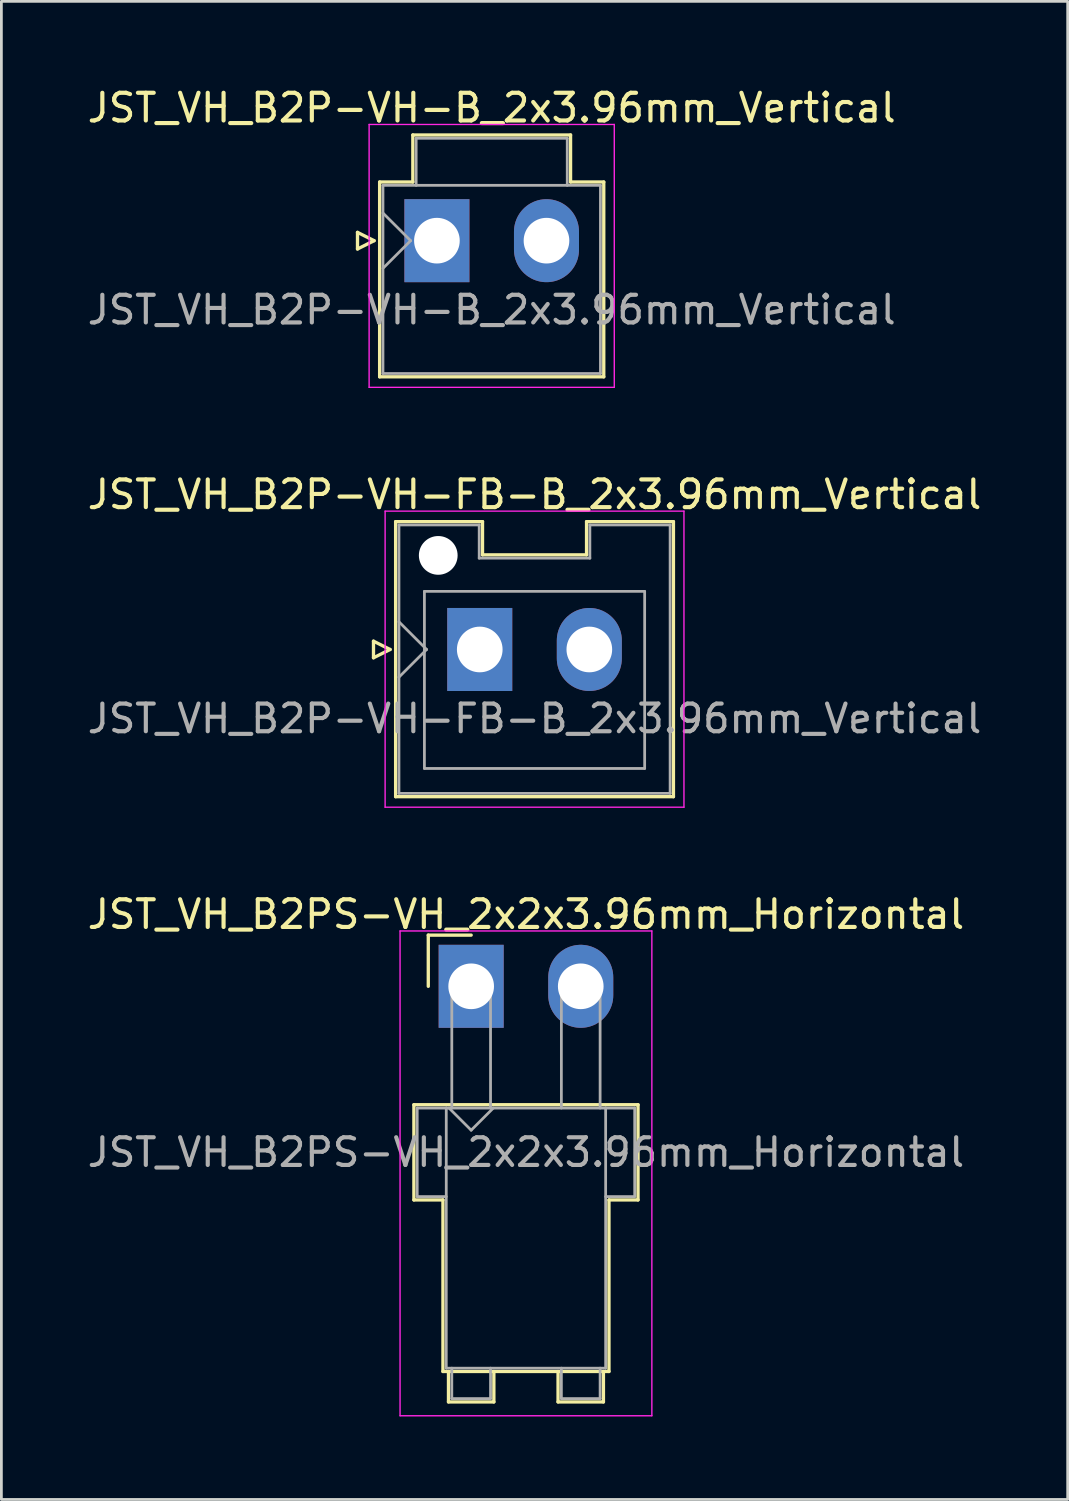
<source format=kicad_pcb>
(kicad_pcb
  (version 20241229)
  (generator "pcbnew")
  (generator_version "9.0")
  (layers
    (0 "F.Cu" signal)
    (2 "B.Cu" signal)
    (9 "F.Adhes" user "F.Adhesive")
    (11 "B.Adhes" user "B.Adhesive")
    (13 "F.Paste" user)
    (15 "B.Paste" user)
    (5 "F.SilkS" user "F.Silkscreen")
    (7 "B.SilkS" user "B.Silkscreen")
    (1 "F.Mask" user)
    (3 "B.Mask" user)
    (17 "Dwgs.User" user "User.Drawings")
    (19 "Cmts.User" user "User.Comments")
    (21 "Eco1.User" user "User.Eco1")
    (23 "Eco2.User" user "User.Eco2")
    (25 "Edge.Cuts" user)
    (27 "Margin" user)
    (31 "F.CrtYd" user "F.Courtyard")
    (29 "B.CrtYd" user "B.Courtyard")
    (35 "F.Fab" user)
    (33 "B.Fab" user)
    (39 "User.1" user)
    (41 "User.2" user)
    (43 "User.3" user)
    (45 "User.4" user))
  (footprint "JST_VH_B2P-VH-B_2x3.96mm_Vertical"
    (layer "F.Cu")
    (at 12.74 5.648)
    (property "Reference" "JST_VH_B2P-VH-B_2x3.96mm_Vertical" (at 1.98 -4.8 0) (layer "F.SilkS") (effects (font (size 1 1) (thickness 0.15))))
    (attr through_hole)
    (fp_line (start -2.87 -0.3) (end -2.27 0) (stroke (width 0.12) (type solid)) (layer "F.SilkS"))
    (fp_line (start -2.87 0.3) (end -2.87 -0.3) (stroke (width 0.12) (type solid)) (layer "F.SilkS"))
    (fp_line (start -2.27 0) (end -2.87 0.3) (stroke (width 0.12) (type solid)) (layer "F.SilkS"))
    (fp_line (start -2.07 -2.12) (end -0.87 -2.12) (stroke (width 0.12) (type solid)) (layer "F.SilkS"))
    (fp_line (start -2.07 4.92) (end -2.07 -2.12) (stroke (width 0.12) (type solid)) (layer "F.SilkS"))
    (fp_line (start -0.87 -3.82) (end 4.83 -3.82) (stroke (width 0.12) (type solid)) (layer "F.SilkS"))
    (fp_line (start -0.87 -2.12) (end -0.87 -3.82) (stroke (width 0.12) (type solid)) (layer "F.SilkS"))
    (fp_line (start 4.83 -3.82) (end 4.83 -2.12) (stroke (width 0.12) (type solid)) (layer "F.SilkS"))
    (fp_line (start 4.83 -2.12) (end 6.03 -2.12) (stroke (width 0.12) (type solid)) (layer "F.SilkS"))
    (fp_line (start 6.03 -2.12) (end 6.03 4.92) (stroke (width 0.12) (type solid)) (layer "F.SilkS"))
    (fp_line (start 6.03 4.92) (end -2.07 4.92) (stroke (width 0.12) (type solid)) (layer "F.SilkS"))
    (fp_line (start -2.45 -4.2) (end -2.45 5.3) (stroke (width 0.05) (type solid)) (layer "F.CrtYd"))
    (fp_line (start -2.45 5.3) (end 6.41 5.3) (stroke (width 0.05) (type solid)) (layer "F.CrtYd"))
    (fp_line (start 6.41 -4.2) (end -2.45 -4.2) (stroke (width 0.05) (type solid)) (layer "F.CrtYd"))
    (fp_line (start 6.41 5.3) (end 6.41 -4.2) (stroke (width 0.05) (type solid)) (layer "F.CrtYd"))
    (fp_line (start -1.95 -2) (end -1.95 4.8) (stroke (width 0.1) (type solid)) (layer "F.Fab"))
    (fp_line (start -1.95 -1) (end -0.95 0) (stroke (width 0.1) (type solid)) (layer "F.Fab"))
    (fp_line (start -1.95 1) (end -0.95 0) (stroke (width 0.1) (type solid)) (layer "F.Fab"))
    (fp_line (start -1.95 4.8) (end 5.91 4.8) (stroke (width 0.1) (type solid)) (layer "F.Fab"))
    (fp_line (start -0.75 -3.7) (end 4.71 -3.7) (stroke (width 0.1) (type solid)) (layer "F.Fab"))
    (fp_line (start -0.75 -2) (end -0.75 -3.7) (stroke (width 0.1) (type solid)) (layer "F.Fab"))
    (fp_line (start 4.71 -3.7) (end 4.71 -2) (stroke (width 0.1) (type solid)) (layer "F.Fab"))
    (fp_line (start 5.91 -2) (end -1.95 -2) (stroke (width 0.1) (type solid)) (layer "F.Fab"))
    (fp_line (start 5.91 4.8) (end 5.91 -2) (stroke (width 0.1) (type solid)) (layer "F.Fab"))
    (fp_text user "${REFERENCE}" (at 1.98 2.5 0) (layer "F.Fab") (effects (font (size 1 1) (thickness 0.15))))
    (pad "1" thru_hole rect (at 0 0) (size 2.35 3) (drill 1.65) (layers "*.Cu" "*.Mask"))
    (pad "2" thru_hole oval (at 3.96 0) (size 2.35 3) (drill 1.65) (layers "*.Cu" "*.Mask")))
  (footprint "JST_VH_B2PS-VH_2x2x3.96mm_Horizontal"
    (layer "F.Cu")
    (at 13.978 32.595)
    (property "Reference" "JST_VH_B2PS-VH_2x2x3.96mm_Horizontal" (at 1.98 -2.6 0) (layer "F.SilkS") (effects (font (size 1 1) (thickness 0.15))))
    (attr through_hole)
    (fp_line (start -2.07 4.28) (end 6.03 4.28) (stroke (width 0.12) (type solid)) (layer "F.SilkS"))
    (fp_line (start -2.07 7.72) (end -2.07 4.28) (stroke (width 0.12) (type solid)) (layer "F.SilkS"))
    (fp_line (start -1.55 -1.85) (end -1.55 0) (stroke (width 0.12) (type solid)) (layer "F.SilkS"))
    (fp_line (start -1.02 7.72) (end -2.07 7.72) (stroke (width 0.12) (type solid)) (layer "F.SilkS"))
    (fp_line (start -1.02 13.92) (end -1.02 7.72) (stroke (width 0.12) (type solid)) (layer "F.SilkS"))
    (fp_line (start -0.82 13.92) (end -0.82 15.02) (stroke (width 0.12) (type solid)) (layer "F.SilkS"))
    (fp_line (start -0.82 15.02) (end 0.82 15.02) (stroke (width 0.12) (type solid)) (layer "F.SilkS"))
    (fp_line (start 0 -1.85) (end -1.55 -1.85) (stroke (width 0.12) (type solid)) (layer "F.SilkS"))
    (fp_line (start 0.82 15.02) (end 0.82 13.92) (stroke (width 0.12) (type solid)) (layer "F.SilkS"))
    (fp_line (start 3.14 13.92) (end 3.14 15.02) (stroke (width 0.12) (type solid)) (layer "F.SilkS"))
    (fp_line (start 3.14 15.02) (end 4.78 15.02) (stroke (width 0.12) (type solid)) (layer "F.SilkS"))
    (fp_line (start 4.78 15.02) (end 4.78 13.92) (stroke (width 0.12) (type solid)) (layer "F.SilkS"))
    (fp_line (start 4.98 7.72) (end 4.98 13.92) (stroke (width 0.12) (type solid)) (layer "F.SilkS"))
    (fp_line (start 4.98 13.92) (end -1.02 13.92) (stroke (width 0.12) (type solid)) (layer "F.SilkS"))
    (fp_line (start 6.03 4.28) (end 6.03 7.72) (stroke (width 0.12) (type solid)) (layer "F.SilkS"))
    (fp_line (start 6.03 7.72) (end 4.98 7.72) (stroke (width 0.12) (type solid)) (layer "F.SilkS"))
    (fp_line (start -2.57 -2) (end -2.57 15.52) (stroke (width 0.05) (type solid)) (layer "F.CrtYd"))
    (fp_line (start -2.57 15.52) (end 6.53 15.52) (stroke (width 0.05) (type solid)) (layer "F.CrtYd"))
    (fp_line (start 6.53 -2) (end -2.57 -2) (stroke (width 0.05) (type solid)) (layer "F.CrtYd"))
    (fp_line (start 6.53 15.52) (end 6.53 -2) (stroke (width 0.05) (type solid)) (layer "F.CrtYd"))
    (fp_line (start -1.95 4.4) (end -0.9 4.4) (stroke (width 0.1) (type solid)) (layer "F.Fab"))
    (fp_line (start -1.95 7.6) (end -1.95 4.4) (stroke (width 0.1) (type solid)) (layer "F.Fab"))
    (fp_line (start -0.9 4.4) (end -0.9 13.8) (stroke (width 0.1) (type solid)) (layer "F.Fab"))
    (fp_line (start -0.9 7.6) (end -1.95 7.6) (stroke (width 0.1) (type solid)) (layer "F.Fab"))
    (fp_line (start -0.9 13.8) (end 4.86 13.8) (stroke (width 0.1) (type solid)) (layer "F.Fab"))
    (fp_line (start -0.8 4.4) (end 0 5.2) (stroke (width 0.1) (type solid)) (layer "F.Fab"))
    (fp_line (start -0.7 0) (end 0.7 0) (stroke (width 0.1) (type solid)) (layer "F.Fab"))
    (fp_line (start -0.7 4.4) (end -0.7 0) (stroke (width 0.1) (type solid)) (layer "F.Fab"))
    (fp_line (start -0.7 13.8) (end -0.7 14.9) (stroke (width 0.1) (type solid)) (layer "F.Fab"))
    (fp_line (start -0.7 14.9) (end 0.7 14.9) (stroke (width 0.1) (type solid)) (layer "F.Fab"))
    (fp_line (start 0 5.2) (end 0.8 4.4) (stroke (width 0.1) (type solid)) (layer "F.Fab"))
    (fp_line (start 0.7 0) (end 0.7 4.4) (stroke (width 0.1) (type solid)) (layer "F.Fab"))
    (fp_line (start 0.7 14.9) (end 0.7 13.8) (stroke (width 0.1) (type solid)) (layer "F.Fab"))
    (fp_line (start 3.26 0) (end 4.66 0) (stroke (width 0.1) (type solid)) (layer "F.Fab"))
    (fp_line (start 3.26 4.4) (end 3.26 0) (stroke (width 0.1) (type solid)) (layer "F.Fab"))
    (fp_line (start 3.26 13.8) (end 3.26 14.9) (stroke (width 0.1) (type solid)) (layer "F.Fab"))
    (fp_line (start 3.26 14.9) (end 4.66 14.9) (stroke (width 0.1) (type solid)) (layer "F.Fab"))
    (fp_line (start 4.66 0) (end 4.66 4.4) (stroke (width 0.1) (type solid)) (layer "F.Fab"))
    (fp_line (start 4.66 14.9) (end 4.66 13.8) (stroke (width 0.1) (type solid)) (layer "F.Fab"))
    (fp_line (start 4.86 4.4) (end -0.9 4.4) (stroke (width 0.1) (type solid)) (layer "F.Fab"))
    (fp_line (start 4.86 4.4) (end 5.91 4.4) (stroke (width 0.1) (type solid)) (layer "F.Fab"))
    (fp_line (start 4.86 13.8) (end 4.86 4.4) (stroke (width 0.1) (type solid)) (layer "F.Fab"))
    (fp_line (start 5.91 4.4) (end 5.91 7.6) (stroke (width 0.1) (type solid)) (layer "F.Fab"))
    (fp_line (start 5.91 7.6) (end 4.86 7.6) (stroke (width 0.1) (type solid)) (layer "F.Fab"))
    (fp_text user "${REFERENCE}" (at 1.98 6 0) (layer "F.Fab") (effects (font (size 1 1) (thickness 0.15))))
    (pad "1" thru_hole rect (at 0 0) (size 2.35 3) (drill 1.65) (layers "*.Cu" "*.Mask"))
    (pad "2" thru_hole oval (at 3.96 0) (size 2.35 3) (drill 1.65) (layers "*.Cu" "*.Mask")))
  (footprint "JST_VH_B2P-VH-FB-B_2x3.96mm_Vertical"
    (layer "F.Cu")
    (at 14.288 20.422)
    (property "Reference" "JST_VH_B2P-VH-FB-B_2x3.96mm_Vertical" (at 1.98 -5.6 0) (layer "F.SilkS") (effects (font (size 1 1) (thickness 0.15))))
    (attr through_hole)
    (fp_line (start -3.84 -0.3) (end -3.24 0) (stroke (width 0.12) (type solid)) (layer "F.SilkS"))
    (fp_line (start -3.84 0.3) (end -3.84 -0.3) (stroke (width 0.12) (type solid)) (layer "F.SilkS"))
    (fp_line (start -3.24 0) (end -3.84 0.3) (stroke (width 0.12) (type solid)) (layer "F.SilkS"))
    (fp_line (start -3.04 -4.62) (end 0.1 -4.62) (stroke (width 0.12) (type solid)) (layer "F.SilkS"))
    (fp_line (start -3.04 5.32) (end -3.04 -4.62) (stroke (width 0.12) (type solid)) (layer "F.SilkS"))
    (fp_line (start 0.1 -4.62) (end 0.1 -3.42) (stroke (width 0.12) (type solid)) (layer "F.SilkS"))
    (fp_line (start 0.1 -3.42) (end 3.86 -3.42) (stroke (width 0.12) (type solid)) (layer "F.SilkS"))
    (fp_line (start 3.86 -4.62) (end 7 -4.62) (stroke (width 0.12) (type solid)) (layer "F.SilkS"))
    (fp_line (start 3.86 -3.42) (end 3.86 -4.62) (stroke (width 0.12) (type solid)) (layer "F.SilkS"))
    (fp_line (start 7 -4.62) (end 7 5.32) (stroke (width 0.12) (type solid)) (layer "F.SilkS"))
    (fp_line (start 7 5.32) (end -3.04 5.32) (stroke (width 0.12) (type solid)) (layer "F.SilkS"))
    (fp_line (start -3.42 -5) (end -3.42 5.7) (stroke (width 0.05) (type solid)) (layer "F.CrtYd"))
    (fp_line (start -3.42 5.7) (end 7.38 5.7) (stroke (width 0.05) (type solid)) (layer "F.CrtYd"))
    (fp_line (start 7.38 -5) (end -3.42 -5) (stroke (width 0.05) (type solid)) (layer "F.CrtYd"))
    (fp_line (start 7.38 5.7) (end 7.38 -5) (stroke (width 0.05) (type solid)) (layer "F.CrtYd"))
    (fp_line (start -2.92 -4.5) (end -0.02 -4.5) (stroke (width 0.1) (type solid)) (layer "F.Fab"))
    (fp_line (start -2.92 -1) (end -1.92 0) (stroke (width 0.1) (type solid)) (layer "F.Fab"))
    (fp_line (start -2.92 1) (end -1.92 0) (stroke (width 0.1) (type solid)) (layer "F.Fab"))
    (fp_line (start -2.92 5.2) (end -2.92 -4.5) (stroke (width 0.1) (type solid)) (layer "F.Fab"))
    (fp_line (start -2 -2.1) (end 5.96 -2.1) (stroke (width 0.1) (type solid)) (layer "F.Fab"))
    (fp_line (start -2 4.3) (end -2 -2.1) (stroke (width 0.1) (type solid)) (layer "F.Fab"))
    (fp_line (start -0.02 -4.5) (end -0.02 -3.3) (stroke (width 0.1) (type solid)) (layer "F.Fab"))
    (fp_line (start -0.02 -3.3) (end 3.98 -3.3) (stroke (width 0.1) (type solid)) (layer "F.Fab"))
    (fp_line (start 3.98 -4.5) (end 6.88 -4.5) (stroke (width 0.1) (type solid)) (layer "F.Fab"))
    (fp_line (start 3.98 -3.3) (end 3.98 -4.5) (stroke (width 0.1) (type solid)) (layer "F.Fab"))
    (fp_line (start 5.96 -2.1) (end 5.96 4.3) (stroke (width 0.1) (type solid)) (layer "F.Fab"))
    (fp_line (start 5.96 4.3) (end -2 4.3) (stroke (width 0.1) (type solid)) (layer "F.Fab"))
    (fp_line (start 6.88 -4.5) (end 6.88 5.2) (stroke (width 0.1) (type solid)) (layer "F.Fab"))
    (fp_line (start 6.88 5.2) (end -2.92 5.2) (stroke (width 0.1) (type solid)) (layer "F.Fab"))
    (fp_text user "${REFERENCE}" (at 1.98 2.5 0) (layer "F.Fab") (effects (font (size 1 1) (thickness 0.15))))
    (pad "" np_thru_hole circle (at -1.5 -3.4) (size 1.4 1.4) (drill 1.4) (layers "*.Cu" "*.Mask"))
    (pad "1" thru_hole rect (at 0 0) (size 2.35 3) (drill 1.65) (layers "*.Cu" "*.Mask"))
    (pad "2" thru_hole oval (at 3.96 0) (size 2.35 3) (drill 1.65) (layers "*.Cu" "*.Mask")))
  (gr_rect
    (start -3 -3)
    (end 35.536 51.14)
    (stroke (width 0.1) (type default))
    (fill no)
    (layer "Edge.Cuts")))
</source>
